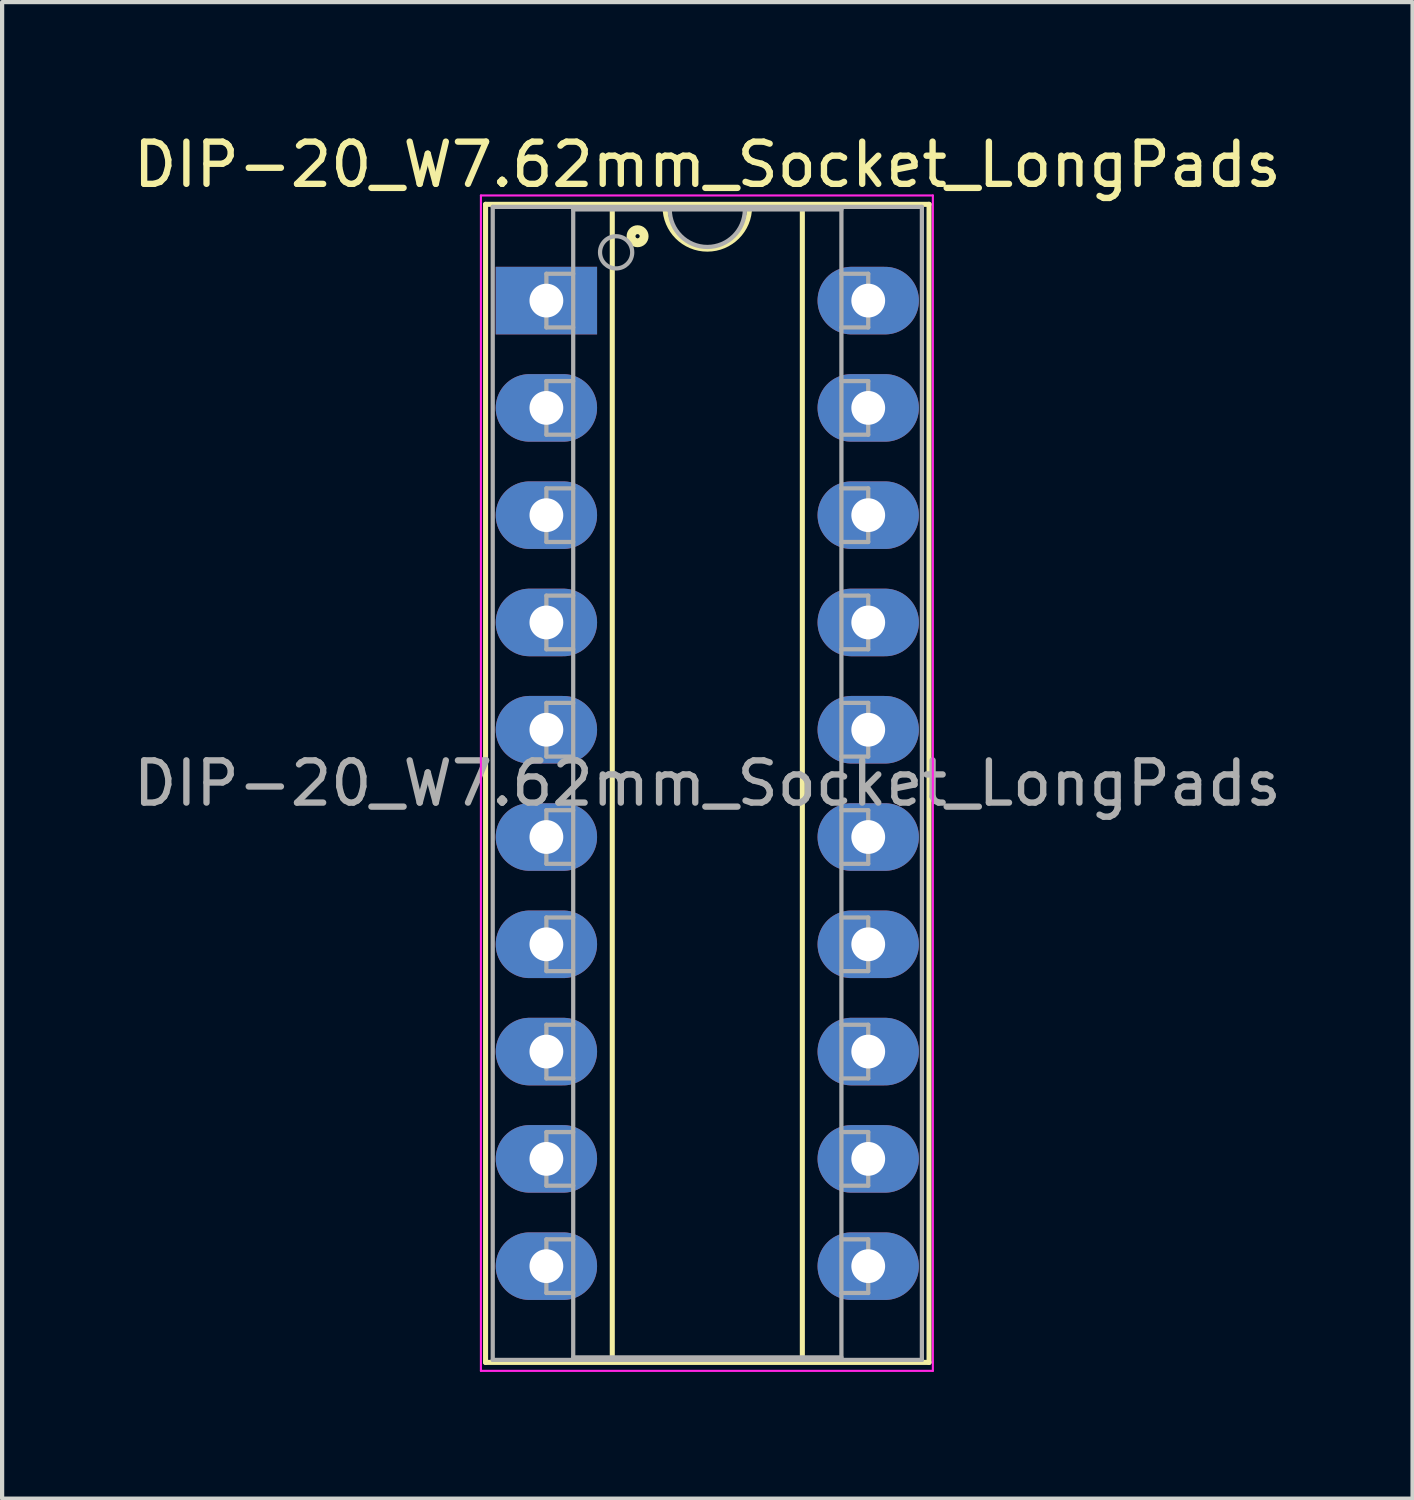
<source format=kicad_pcb>
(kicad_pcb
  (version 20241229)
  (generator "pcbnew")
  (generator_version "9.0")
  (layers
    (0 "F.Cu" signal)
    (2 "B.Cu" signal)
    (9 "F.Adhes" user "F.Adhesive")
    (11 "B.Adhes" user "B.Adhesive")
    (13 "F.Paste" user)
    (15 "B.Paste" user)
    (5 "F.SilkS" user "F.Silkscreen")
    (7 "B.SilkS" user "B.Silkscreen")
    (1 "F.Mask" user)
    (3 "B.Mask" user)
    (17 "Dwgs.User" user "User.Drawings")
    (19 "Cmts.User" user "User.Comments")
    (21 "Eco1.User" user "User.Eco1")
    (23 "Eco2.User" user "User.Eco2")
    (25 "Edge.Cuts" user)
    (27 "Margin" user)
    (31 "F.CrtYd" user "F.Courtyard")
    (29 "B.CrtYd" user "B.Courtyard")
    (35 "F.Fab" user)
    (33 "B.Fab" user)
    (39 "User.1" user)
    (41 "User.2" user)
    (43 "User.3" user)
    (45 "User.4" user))
  (footprint "DIP-20_W7.62mm_Socket_LongPads"
    (layer "F.Cu")
    (at 9.886 4.067)
    (property "Reference" "DIP-20_W7.62mm_Socket_LongPads" (at 3.81 -3.219 0) (layer "F.SilkS") (effects (font (size 1 1) (thickness 0.15))))
    (attr through_hole)
    (fp_line (start -1.44 -2.279) (end -1.44 25.139) (stroke (width 0.12) (type solid)) (layer "F.SilkS"))
    (fp_line (start -1.44 25.139) (end 9.06 25.139) (stroke (width 0.12) (type solid)) (layer "F.SilkS"))
    (fp_line (start 1.56 -2.219) (end 1.56 25.079) (stroke (width 0.12) (type solid)) (layer "F.SilkS"))
    (fp_line (start 1.56 25.079) (end 6.06 25.079) (stroke (width 0.12) (type solid)) (layer "F.SilkS"))
    (fp_line (start 2.81 -2.219) (end 1.56 -2.219) (stroke (width 0.12) (type solid)) (layer "F.SilkS"))
    (fp_line (start 6.06 -2.219) (end 4.81 -2.219) (stroke (width 0.12) (type solid)) (layer "F.SilkS"))
    (fp_line (start 6.06 25.079) (end 6.06 -2.219) (stroke (width 0.12) (type solid)) (layer "F.SilkS"))
    (fp_line (start 9.06 -2.279) (end -1.44 -2.279) (stroke (width 0.12) (type solid)) (layer "F.SilkS"))
    (fp_line (start 9.06 25.139) (end 9.06 -2.279) (stroke (width 0.12) (type solid)) (layer "F.SilkS"))
    (fp_arc (start 4.81 -2.219) (mid 3.81 -1.219) (end 2.81 -2.219) (stroke (width 0.12) (type solid)) (layer "F.SilkS"))
    (fp_circle (center 2.159 -1.524) (end 2.209 -1.524) (stroke (width 0.12) (type solid)) (fill no) (layer "F.SilkS"))
    (fp_circle (center 2.159 -1.524) (end 2.284 -1.524) (stroke (width 0.12) (type solid)) (fill no) (layer "F.SilkS"))
    (fp_circle (center 2.159 -1.524) (end 2.359 -1.524) (stroke (width 0.12) (type solid)) (fill no) (layer "F.SilkS"))
    (fp_line (start -1.55 -2.489) (end -1.55 25.339) (stroke (width 0.05) (type solid)) (layer "F.CrtYd"))
    (fp_line (start -1.55 25.339) (end 9.15 25.339) (stroke (width 0.05) (type solid)) (layer "F.CrtYd"))
    (fp_line (start 9.15 -2.489) (end -1.55 -2.489) (stroke (width 0.05) (type solid)) (layer "F.CrtYd"))
    (fp_line (start 9.15 25.339) (end 9.15 -2.489) (stroke (width 0.05) (type solid)) (layer "F.CrtYd"))
    (fp_line (start -1.27 -2.219) (end -1.27 25.079) (stroke (width 0.1) (type solid)) (layer "F.Fab"))
    (fp_line (start -1.27 25.079) (end 8.89 25.079) (stroke (width 0.1) (type solid)) (layer "F.Fab"))
    (fp_line (start 0 -0.635) (end 0 0.635) (stroke (width 0.1) (type solid)) (layer "F.Fab"))
    (fp_line (start 0 -0.635) (end 0.635 -0.635) (stroke (width 0.1) (type solid)) (layer "F.Fab"))
    (fp_line (start 0 0.635) (end 0.635 0.635) (stroke (width 0.1) (type solid)) (layer "F.Fab"))
    (fp_line (start 0 1.905) (end 0 3.175) (stroke (width 0.1) (type solid)) (layer "F.Fab"))
    (fp_line (start 0 1.905) (end 0.635 1.905) (stroke (width 0.1) (type solid)) (layer "F.Fab"))
    (fp_line (start 0 3.175) (end 0.635 3.175) (stroke (width 0.1) (type solid)) (layer "F.Fab"))
    (fp_line (start 0 4.445) (end 0 5.715) (stroke (width 0.1) (type solid)) (layer "F.Fab"))
    (fp_line (start 0 4.445) (end 0.635 4.445) (stroke (width 0.1) (type solid)) (layer "F.Fab"))
    (fp_line (start 0 5.715) (end 0.635 5.715) (stroke (width 0.1) (type solid)) (layer "F.Fab"))
    (fp_line (start 0 6.985) (end 0 8.255) (stroke (width 0.1) (type solid)) (layer "F.Fab"))
    (fp_line (start 0 6.985) (end 0.635 6.985) (stroke (width 0.1) (type solid)) (layer "F.Fab"))
    (fp_line (start 0 8.255) (end 0.635 8.255) (stroke (width 0.1) (type solid)) (layer "F.Fab"))
    (fp_line (start 0 9.525) (end 0 10.795) (stroke (width 0.1) (type solid)) (layer "F.Fab"))
    (fp_line (start 0 9.525) (end 0.635 9.525) (stroke (width 0.1) (type solid)) (layer "F.Fab"))
    (fp_line (start 0 10.795) (end 0.635 10.795) (stroke (width 0.1) (type solid)) (layer "F.Fab"))
    (fp_line (start 0 12.065) (end 0 13.335) (stroke (width 0.1) (type solid)) (layer "F.Fab"))
    (fp_line (start 0 12.065) (end 0.635 12.065) (stroke (width 0.1) (type solid)) (layer "F.Fab"))
    (fp_line (start 0 13.335) (end 0.635 13.335) (stroke (width 0.1) (type solid)) (layer "F.Fab"))
    (fp_line (start 0 14.605) (end 0 15.875) (stroke (width 0.1) (type solid)) (layer "F.Fab"))
    (fp_line (start 0 14.605) (end 0.635 14.605) (stroke (width 0.1) (type solid)) (layer "F.Fab"))
    (fp_line (start 0 15.875) (end 0.635 15.875) (stroke (width 0.1) (type solid)) (layer "F.Fab"))
    (fp_line (start 0 17.145) (end 0 18.415) (stroke (width 0.1) (type solid)) (layer "F.Fab"))
    (fp_line (start 0 17.145) (end 0.635 17.145) (stroke (width 0.1) (type solid)) (layer "F.Fab"))
    (fp_line (start 0 18.415) (end 0.635 18.415) (stroke (width 0.1) (type solid)) (layer "F.Fab"))
    (fp_line (start 0 19.685) (end 0 20.955) (stroke (width 0.1) (type solid)) (layer "F.Fab"))
    (fp_line (start 0 19.685) (end 0.635 19.685) (stroke (width 0.1) (type solid)) (layer "F.Fab"))
    (fp_line (start 0 20.955) (end 0.635 20.955) (stroke (width 0.1) (type solid)) (layer "F.Fab"))
    (fp_line (start 0 22.225) (end 0 23.495) (stroke (width 0.1) (type solid)) (layer "F.Fab"))
    (fp_line (start 0 22.225) (end 0.635 22.225) (stroke (width 0.1) (type solid)) (layer "F.Fab"))
    (fp_line (start 0 23.495) (end 0.635 23.495) (stroke (width 0.1) (type solid)) (layer "F.Fab"))
    (fp_line (start 0.635 -2.159) (end 6.985 -2.159) (stroke (width 0.1) (type solid)) (layer "F.Fab"))
    (fp_line (start 0.635 25.019) (end 0.635 -2.159) (stroke (width 0.1) (type solid)) (layer "F.Fab"))
    (fp_line (start 6.985 -2.159) (end 6.985 25.019) (stroke (width 0.1) (type solid)) (layer "F.Fab"))
    (fp_line (start 6.985 25.019) (end 0.635 25.019) (stroke (width 0.1) (type solid)) (layer "F.Fab"))
    (fp_line (start 7.62 -0.635) (end 6.985 -0.635) (stroke (width 0.1) (type solid)) (layer "F.Fab"))
    (fp_line (start 7.62 0.635) (end 6.985 0.635) (stroke (width 0.1) (type solid)) (layer "F.Fab"))
    (fp_line (start 7.62 0.635) (end 7.62 -0.635) (stroke (width 0.1) (type solid)) (layer "F.Fab"))
    (fp_line (start 7.62 1.905) (end 6.985 1.905) (stroke (width 0.1) (type solid)) (layer "F.Fab"))
    (fp_line (start 7.62 3.175) (end 6.985 3.175) (stroke (width 0.1) (type solid)) (layer "F.Fab"))
    (fp_line (start 7.62 3.175) (end 7.62 1.905) (stroke (width 0.1) (type solid)) (layer "F.Fab"))
    (fp_line (start 7.62 4.445) (end 6.985 4.445) (stroke (width 0.1) (type solid)) (layer "F.Fab"))
    (fp_line (start 7.62 5.715) (end 6.985 5.715) (stroke (width 0.1) (type solid)) (layer "F.Fab"))
    (fp_line (start 7.62 5.715) (end 7.62 4.445) (stroke (width 0.1) (type solid)) (layer "F.Fab"))
    (fp_line (start 7.62 6.985) (end 6.985 6.985) (stroke (width 0.1) (type solid)) (layer "F.Fab"))
    (fp_line (start 7.62 8.255) (end 6.985 8.255) (stroke (width 0.1) (type solid)) (layer "F.Fab"))
    (fp_line (start 7.62 8.255) (end 7.62 6.985) (stroke (width 0.1) (type solid)) (layer "F.Fab"))
    (fp_line (start 7.62 9.525) (end 6.985 9.525) (stroke (width 0.1) (type solid)) (layer "F.Fab"))
    (fp_line (start 7.62 10.795) (end 6.985 10.795) (stroke (width 0.1) (type solid)) (layer "F.Fab"))
    (fp_line (start 7.62 10.795) (end 7.62 9.525) (stroke (width 0.1) (type solid)) (layer "F.Fab"))
    (fp_line (start 7.62 12.065) (end 6.985 12.065) (stroke (width 0.1) (type solid)) (layer "F.Fab"))
    (fp_line (start 7.62 13.335) (end 6.985 13.335) (stroke (width 0.1) (type solid)) (layer "F.Fab"))
    (fp_line (start 7.62 13.335) (end 7.62 12.065) (stroke (width 0.1) (type solid)) (layer "F.Fab"))
    (fp_line (start 7.62 14.605) (end 6.985 14.605) (stroke (width 0.1) (type solid)) (layer "F.Fab"))
    (fp_line (start 7.62 15.875) (end 6.985 15.875) (stroke (width 0.1) (type solid)) (layer "F.Fab"))
    (fp_line (start 7.62 15.875) (end 7.62 14.605) (stroke (width 0.1) (type solid)) (layer "F.Fab"))
    (fp_line (start 7.62 17.145) (end 6.985 17.145) (stroke (width 0.1) (type solid)) (layer "F.Fab"))
    (fp_line (start 7.62 18.415) (end 6.985 18.415) (stroke (width 0.1) (type solid)) (layer "F.Fab"))
    (fp_line (start 7.62 18.415) (end 7.62 17.145) (stroke (width 0.1) (type solid)) (layer "F.Fab"))
    (fp_line (start 7.62 19.685) (end 6.985 19.685) (stroke (width 0.1) (type solid)) (layer "F.Fab"))
    (fp_line (start 7.62 20.955) (end 6.985 20.955) (stroke (width 0.1) (type solid)) (layer "F.Fab"))
    (fp_line (start 7.62 20.955) (end 7.62 19.685) (stroke (width 0.1) (type solid)) (layer "F.Fab"))
    (fp_line (start 7.62 22.225) (end 6.985 22.225) (stroke (width 0.1) (type solid)) (layer "F.Fab"))
    (fp_line (start 7.62 23.495) (end 6.985 23.495) (stroke (width 0.1) (type solid)) (layer "F.Fab"))
    (fp_line (start 7.62 23.495) (end 7.62 22.225) (stroke (width 0.1) (type solid)) (layer "F.Fab"))
    (fp_line (start 8.89 -2.219) (end -1.27 -2.219) (stroke (width 0.1) (type solid)) (layer "F.Fab"))
    (fp_line (start 8.89 25.079) (end 8.89 -2.219) (stroke (width 0.1) (type solid)) (layer "F.Fab"))
    (fp_arc (start 4.699 -2.159) (mid 3.81 -1.27) (end 2.921 -2.159) (stroke (width 0.1) (type solid)) (layer "F.Fab"))
    (fp_circle (center 1.651 -1.143) (end 2.032 -1.143) (stroke (width 0.1) (type solid)) (fill no) (layer "F.Fab"))
    (fp_text user "${REFERENCE}" (at 3.81 11.43 0) (layer "F.Fab") (effects (font (size 1 1) (thickness 0.15))))
    (pad "1" thru_hole rect (at 0 0) (size 2.4 1.6) (drill 0.8) (layers "*.Cu" "*.Mask"))
    (pad "2" thru_hole oval (at 0 2.54) (size 2.4 1.6) (drill 0.8) (layers "*.Cu" "*.Mask"))
    (pad "3" thru_hole oval (at 0 5.08) (size 2.4 1.6) (drill 0.8) (layers "*.Cu" "*.Mask"))
    (pad "4" thru_hole oval (at 0 7.62) (size 2.4 1.6) (drill 0.8) (layers "*.Cu" "*.Mask"))
    (pad "5" thru_hole oval (at 0 10.16) (size 2.4 1.6) (drill 0.8) (layers "*.Cu" "*.Mask"))
    (pad "6" thru_hole oval (at 0 12.7) (size 2.4 1.6) (drill 0.8) (layers "*.Cu" "*.Mask"))
    (pad "7" thru_hole oval (at 0 15.24) (size 2.4 1.6) (drill 0.8) (layers "*.Cu" "*.Mask"))
    (pad "8" thru_hole oval (at 0 17.78) (size 2.4 1.6) (drill 0.8) (layers "*.Cu" "*.Mask"))
    (pad "9" thru_hole oval (at 0 20.32) (size 2.4 1.6) (drill 0.8) (layers "*.Cu" "*.Mask"))
    (pad "10" thru_hole oval (at 0 22.86) (size 2.4 1.6) (drill 0.8) (layers "*.Cu" "*.Mask"))
    (pad "11" thru_hole oval (at 7.62 22.86) (size 2.4 1.6) (drill 0.8) (layers "*.Cu" "*.Mask"))
    (pad "12" thru_hole oval (at 7.62 20.32) (size 2.4 1.6) (drill 0.8) (layers "*.Cu" "*.Mask"))
    (pad "13" thru_hole oval (at 7.62 17.78) (size 2.4 1.6) (drill 0.8) (layers "*.Cu" "*.Mask"))
    (pad "14" thru_hole oval (at 7.62 15.24) (size 2.4 1.6) (drill 0.8) (layers "*.Cu" "*.Mask"))
    (pad "15" thru_hole oval (at 7.62 12.7) (size 2.4 1.6) (drill 0.8) (layers "*.Cu" "*.Mask"))
    (pad "16" thru_hole oval (at 7.62 10.16) (size 2.4 1.6) (drill 0.8) (layers "*.Cu" "*.Mask"))
    (pad "17" thru_hole oval (at 7.62 7.62) (size 2.4 1.6) (drill 0.8) (layers "*.Cu" "*.Mask"))
    (pad "18" thru_hole oval (at 7.62 5.08) (size 2.4 1.6) (drill 0.8) (layers "*.Cu" "*.Mask"))
    (pad "19" thru_hole oval (at 7.62 2.54) (size 2.4 1.6) (drill 0.8) (layers "*.Cu" "*.Mask"))
    (pad "20" thru_hole oval (at 7.62 0) (size 2.4 1.6) (drill 0.8) (layers "*.Cu" "*.Mask")))
  (gr_rect
    (start -3 -3)
    (end 30.393 32.431)
    (stroke (width 0.1) (type default))
    (fill no)
    (layer "Edge.Cuts")))
</source>
